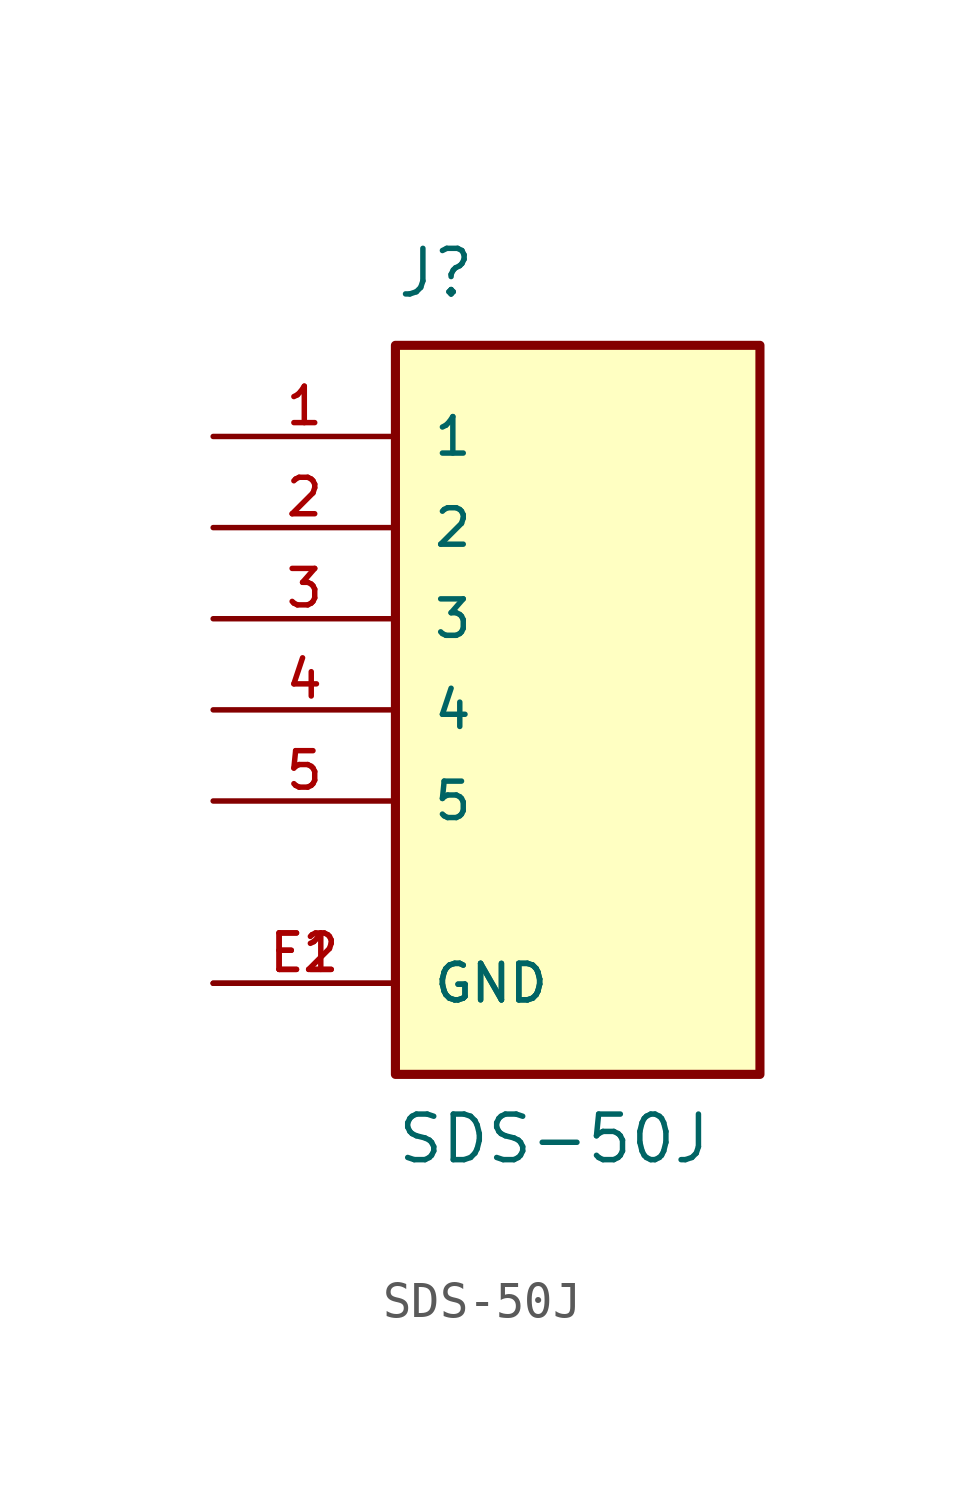
<source format=kicad_sym>
(kicad_symbol_lib
  (version 20211014)
  (generator kicad_symbol_editor)
  (symbol "SDS-50J"
    (pin_names
      (offset 1.016))
    (property "Reference" "J"
      (at -5.08 11.43 0)
      (effects (font (size 1.27 1.27)) (justify bottom left)))
    (property "Value" "SDS-50J"
      (at -5.08 -12.7 0)
      (effects (font (size 1.27 1.27)) (justify bottom left)))
    (symbol "SDS-50J_0_0"
      (rectangle (start -5.08 -10.16) (end 5.08 10.16) (stroke (width 0.254)) (fill (type background)))
      (pin passive line (at -10.16 7.62 0) (length 5.08) (name "1" (effects (font (size 1.016 1.016)))) (number "1" (effects (font (size 1.016 1.016)))))
      (pin passive line (at -10.16 5.08 0) (length 5.08) (name "2" (effects (font (size 1.016 1.016)))) (number "2" (effects (font (size 1.016 1.016)))))
      (pin passive line (at -10.16 2.54 0) (length 5.08) (name "3" (effects (font (size 1.016 1.016)))) (number "3" (effects (font (size 1.016 1.016)))))
      (pin passive line (at -10.16 0.0 0) (length 5.08) (name "4" (effects (font (size 1.016 1.016)))) (number "4" (effects (font (size 1.016 1.016)))))
      (pin power_in line (at -10.16 -7.62 0) (length 5.08) (name "GND" (effects (font (size 1.016 1.016)))) (number "E1" (effects (font (size 1.016 1.016)))))
      (pin power_in line (at -10.16 -7.62 0) (length 5.08) (name "GND" (effects (font (size 1.016 1.016)))) (number "E2" (effects (font (size 1.016 1.016)))))
      (pin passive line (at -10.16 -2.54 0) (length 5.08) (name "5" (effects (font (size 1.016 1.016)))) (number "5" (effects (font (size 1.016 1.016))))))))
</source>
